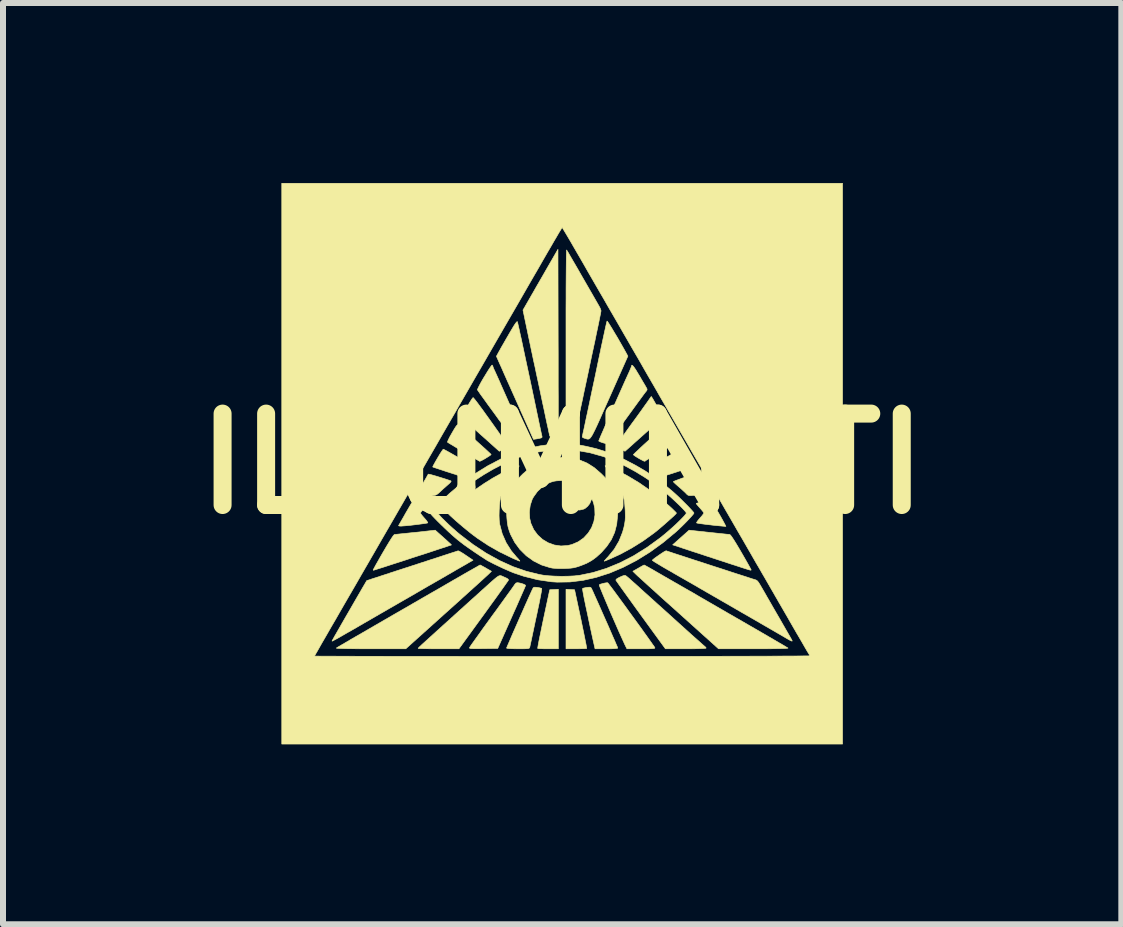
<source format=kicad_pcb>
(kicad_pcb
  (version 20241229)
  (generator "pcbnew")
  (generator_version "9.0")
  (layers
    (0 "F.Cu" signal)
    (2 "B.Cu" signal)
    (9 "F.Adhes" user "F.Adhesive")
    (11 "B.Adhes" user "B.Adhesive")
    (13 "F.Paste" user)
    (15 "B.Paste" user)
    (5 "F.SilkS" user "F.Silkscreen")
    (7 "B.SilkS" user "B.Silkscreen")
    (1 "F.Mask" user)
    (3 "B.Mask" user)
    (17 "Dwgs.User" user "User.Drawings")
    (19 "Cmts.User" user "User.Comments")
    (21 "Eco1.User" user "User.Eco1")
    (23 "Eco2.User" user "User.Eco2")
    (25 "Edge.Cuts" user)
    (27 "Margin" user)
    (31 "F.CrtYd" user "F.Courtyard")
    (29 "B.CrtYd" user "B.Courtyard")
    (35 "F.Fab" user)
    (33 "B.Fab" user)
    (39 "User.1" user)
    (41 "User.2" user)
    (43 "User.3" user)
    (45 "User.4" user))
  (footprint "ILLUMINATI"
    (layer "F.Cu")
    (at 6.321 4.679)
    (property "Reference" "ILLUMINATI" (at 0 0 0) (layer "F.SilkS") (effects (font (size 1.524 1.524) (thickness 0.3))))
    (attr through_hole)
    (fp_poly (pts (xy -0.064 3.086) (xy -0.233 3.086) (xy -0.296 3.086) (xy -0.349 3.084) (xy -0.388 3.083) (xy -0.407 3.08) (xy -0.408 3.08) (xy -0.407 3.067) (xy -0.401 3.031) (xy -0.391 2.976) (xy -0.377 2.905) (xy -0.359 2.819) (xy -0.339 2.722) (xy -0.317 2.616) (xy -0.311 2.588) (xy -0.207 2.102) (xy -0.064 2.094) (xy -0.064 3.086)) (stroke (width 0.01) (type solid)) (fill yes) (layer "F.SilkS"))
    (fp_poly (pts (xy 0.135 2.098) (xy 0.207 2.102) (xy 0.311 2.588) (xy 0.333 2.695) (xy 0.354 2.795) (xy 0.372 2.884) (xy 0.387 2.959) (xy 0.399 3.019) (xy 0.406 3.059) (xy 0.409 3.079) (xy 0.408 3.08) (xy 0.394 3.082) (xy 0.359 3.084) (xy 0.309 3.085) (xy 0.248 3.086) (xy 0.233 3.086) (xy 0.064 3.086) (xy 0.064 2.094) (xy 0.135 2.098)) (stroke (width 0.01) (type solid)) (fill yes) (layer "F.SilkS"))
    (fp_poly (pts (xy 1.986 -0.23) (xy 2.006 -0.204) (xy 2.032 -0.165) (xy 2.062 -0.119) (xy 2.092 -0.07) (xy 2.119 -0.024) (xy 2.141 0.016) (xy 2.155 0.044) (xy 2.157 0.056) (xy 2.144 0.06) (xy 2.111 0.072) (xy 2.061 0.088) (xy 1.999 0.108) (xy 1.936 0.129) (xy 1.719 0.199) (xy 1.609 0.121) (xy 1.564 0.089) (xy 1.528 0.062) (xy 1.505 0.044) (xy 1.499 0.038) (xy 1.509 0.03) (xy 1.538 0.012) (xy 1.581 -0.015) (xy 1.634 -0.046) (xy 1.694 -0.082) (xy 1.757 -0.118) (xy 1.818 -0.153) (xy 1.875 -0.185) (xy 1.922 -0.212) (xy 1.957 -0.23) (xy 1.975 -0.239) (xy 1.975 -0.239) (xy 1.986 -0.23)) (stroke (width 0.01) (type solid)) (fill yes) (layer "F.SilkS"))
    (fp_poly (pts (xy -1.968 -0.235) (xy -1.937 -0.219) (xy -1.892 -0.194) (xy -1.837 -0.163) (xy -1.776 -0.128) (xy -1.712 -0.092) (xy -1.651 -0.057) (xy -1.595 -0.024) (xy -1.548 0.003) (xy -1.515 0.023) (xy -1.5 0.033) (xy -1.499 0.033) (xy -1.504 0.044) (xy -1.518 0.056) (xy -1.54 0.072) (xy -1.576 0.097) (xy -1.619 0.127) (xy -1.632 0.136) (xy -1.721 0.199) (xy -1.937 0.129) (xy -2.006 0.106) (xy -2.067 0.086) (xy -2.115 0.07) (xy -2.147 0.059) (xy -2.157 0.055) (xy -2.154 0.043) (xy -2.139 0.015) (xy -2.117 -0.025) (xy -2.09 -0.072) (xy -2.061 -0.121) (xy -2.033 -0.168) (xy -2.008 -0.206) (xy -1.99 -0.232) (xy -1.981 -0.241) (xy -1.968 -0.235)) (stroke (width 0.01) (type solid)) (fill yes) (layer "F.SilkS"))
    (fp_poly (pts (xy -2.22 0.176) (xy -2.188 0.183) (xy -2.141 0.196) (xy -2.083 0.213) (xy -2.019 0.233) (xy -1.952 0.254) (xy -1.889 0.275) (xy -1.855 0.287) (xy -1.851 0.296) (xy -1.866 0.316) (xy -1.899 0.346) (xy -1.942 0.384) (xy -1.992 0.428) (xy -2.033 0.467) (xy -2.064 0.495) (xy -2.09 0.515) (xy -2.115 0.526) (xy -2.146 0.531) (xy -2.188 0.531) (xy -2.246 0.525) (xy -2.299 0.519) (xy -2.347 0.514) (xy -2.385 0.509) (xy -2.407 0.505) (xy -2.408 0.505) (xy -2.407 0.494) (xy -2.395 0.464) (xy -2.373 0.421) (xy -2.344 0.368) (xy -2.329 0.343) (xy -2.296 0.286) (xy -2.267 0.237) (xy -2.246 0.199) (xy -2.234 0.178) (xy -2.233 0.175) (xy -2.22 0.176)) (stroke (width 0.01) (type solid)) (fill yes) (layer "F.SilkS"))
    (fp_poly (pts (xy -1.473 -1.09) (xy -1.449 -1.061) (xy -1.415 -1.017) (xy -1.373 -0.96) (xy -1.324 -0.894) (xy -1.271 -0.82) (xy -1.215 -0.742) (xy -1.158 -0.662) (xy -1.102 -0.583) (xy -1.049 -0.508) (xy -1.001 -0.439) (xy -0.96 -0.379) (xy -0.928 -0.331) (xy -0.906 -0.297) (xy -0.897 -0.28) (xy -0.897 -0.279) (xy -0.914 -0.269) (xy -0.946 -0.252) (xy -0.978 -0.238) (xy -1.048 -0.207) (xy -1.289 -0.423) (xy -1.36 -0.486) (xy -1.429 -0.548) (xy -1.492 -0.605) (xy -1.547 -0.653) (xy -1.588 -0.691) (xy -1.606 -0.707) (xy -1.682 -0.777) (xy -1.653 -0.83) (xy -1.606 -0.912) (xy -1.564 -0.983) (xy -1.53 -1.039) (xy -1.504 -1.079) (xy -1.488 -1.099) (xy -1.484 -1.102) (xy -1.473 -1.09)) (stroke (width 0.01) (type solid)) (fill yes) (layer "F.SilkS"))
    (fp_poly (pts (xy 2.241 0.187) (xy 2.261 0.221) (xy 2.287 0.266) (xy 2.316 0.317) (xy 2.345 0.369) (xy 2.372 0.418) (xy 2.394 0.459) (xy 2.409 0.486) (xy 2.413 0.495) (xy 2.403 0.502) (xy 2.374 0.509) (xy 2.323 0.516) (xy 2.249 0.523) (xy 2.197 0.528) (xy 2.148 0.532) (xy 2.117 0.531) (xy 2.097 0.525) (xy 2.081 0.513) (xy 2.07 0.501) (xy 2.046 0.477) (xy 2.009 0.443) (xy 1.966 0.404) (xy 1.948 0.389) (xy 1.908 0.354) (xy 1.876 0.325) (xy 1.857 0.306) (xy 1.853 0.301) (xy 1.863 0.295) (xy 1.892 0.282) (xy 1.936 0.266) (xy 1.989 0.246) (xy 2.046 0.226) (xy 2.103 0.206) (xy 2.155 0.189) (xy 2.196 0.176) (xy 2.223 0.169) (xy 2.23 0.169) (xy 2.241 0.187)) (stroke (width 0.01) (type solid)) (fill yes) (layer "F.SilkS"))
    (fp_poly (pts (xy 2.445 1.145) (xy 2.535 1.154) (xy 2.617 1.163) (xy 2.687 1.17) (xy 2.743 1.176) (xy 2.78 1.179) (xy 2.794 1.181) (xy 2.807 1.192) (xy 2.83 1.223) (xy 2.863 1.273) (xy 2.904 1.339) (xy 2.952 1.42) (xy 2.982 1.471) (xy 3.027 1.549) (xy 3.067 1.619) (xy 3.101 1.679) (xy 3.127 1.726) (xy 3.144 1.757) (xy 3.15 1.769) (xy 3.149 1.773) (xy 3.147 1.775) (xy 3.139 1.775) (xy 3.125 1.772) (xy 3.1 1.765) (xy 3.062 1.753) (xy 3.009 1.736) (xy 2.939 1.713) (xy 2.848 1.684) (xy 2.8 1.668) (xy 2.69 1.632) (xy 2.565 1.591) (xy 2.436 1.549) (xy 2.31 1.507) (xy 2.196 1.47) (xy 2.156 1.457) (xy 1.842 1.353) (xy 1.979 1.231) (xy 2.116 1.109) (xy 2.445 1.145)) (stroke (width 0.01) (type solid)) (fill yes) (layer "F.SilkS"))
    (fp_poly (pts (xy -0.721 1.987) (xy -0.68 1.996) (xy -0.643 2.009) (xy -0.617 2.022) (xy -0.61 2.031) (xy -0.615 2.044) (xy -0.629 2.078) (xy -0.652 2.13) (xy -0.682 2.198) (xy -0.718 2.28) (xy -0.759 2.374) (xy -0.805 2.476) (xy -0.842 2.559) (xy -1.074 3.08) (xy -1.313 3.083) (xy -1.397 3.084) (xy -1.459 3.084) (xy -1.501 3.083) (xy -1.528 3.081) (xy -1.541 3.077) (xy -1.546 3.072) (xy -1.545 3.067) (xy -1.536 3.053) (xy -1.514 3.02) (xy -1.479 2.971) (xy -1.434 2.908) (xy -1.38 2.833) (xy -1.319 2.747) (xy -1.251 2.653) (xy -1.179 2.554) (xy -1.171 2.542) (xy -1.097 2.442) (xy -1.028 2.346) (xy -0.965 2.259) (xy -0.909 2.181) (xy -0.861 2.115) (xy -0.824 2.063) (xy -0.799 2.027) (xy -0.787 2.009) (xy -0.786 2.009) (xy -0.77 1.99) (xy -0.748 1.984) (xy -0.721 1.987)) (stroke (width 0.01) (type solid)) (fill yes) (layer "F.SilkS"))
    (fp_poly (pts (xy 1.835 -0.513) (xy 1.867 -0.457) (xy 1.891 -0.41) (xy 1.906 -0.375) (xy 1.91 -0.357) (xy 1.91 -0.356) (xy 1.896 -0.346) (xy 1.863 -0.327) (xy 1.815 -0.298) (xy 1.755 -0.263) (xy 1.686 -0.223) (xy 1.651 -0.203) (xy 1.579 -0.161) (xy 1.514 -0.124) (xy 1.459 -0.092) (xy 1.419 -0.067) (xy 1.395 -0.053) (xy 1.391 -0.05) (xy 1.383 -0.042) (xy 1.373 -0.04) (xy 1.358 -0.045) (xy 1.331 -0.059) (xy 1.288 -0.082) (xy 1.276 -0.089) (xy 1.235 -0.114) (xy 1.204 -0.134) (xy 1.188 -0.148) (xy 1.187 -0.15) (xy 1.196 -0.16) (xy 1.221 -0.185) (xy 1.26 -0.221) (xy 1.308 -0.267) (xy 1.364 -0.319) (xy 1.425 -0.374) (xy 1.487 -0.43) (xy 1.547 -0.485) (xy 1.604 -0.536) (xy 1.653 -0.58) (xy 1.693 -0.614) (xy 1.72 -0.636) (xy 1.72 -0.637) (xy 1.75 -0.66) (xy 1.835 -0.513)) (stroke (width 0.01) (type solid)) (fill yes) (layer "F.SilkS"))
    (fp_poly (pts (xy 0.473 2.062) (xy 0.486 2.074) (xy 0.494 2.091) (xy 0.514 2.134) (xy 0.54 2.193) (xy 0.572 2.264) (xy 0.609 2.346) (xy 0.648 2.435) (xy 0.689 2.528) (xy 0.731 2.622) (xy 0.772 2.714) (xy 0.81 2.802) (xy 0.845 2.883) (xy 0.876 2.953) (xy 0.9 3.01) (xy 0.918 3.05) (xy 0.926 3.072) (xy 0.927 3.074) (xy 0.915 3.079) (xy 0.882 3.082) (xy 0.831 3.085) (xy 0.767 3.086) (xy 0.738 3.086) (xy 0.548 3.086) (xy 0.523 2.975) (xy 0.51 2.917) (xy 0.494 2.844) (xy 0.477 2.766) (xy 0.463 2.701) (xy 0.448 2.63) (xy 0.43 2.543) (xy 0.41 2.45) (xy 0.39 2.358) (xy 0.381 2.313) (xy 0.366 2.241) (xy 0.354 2.178) (xy 0.345 2.127) (xy 0.34 2.093) (xy 0.341 2.08) (xy 0.357 2.074) (xy 0.39 2.067) (xy 0.413 2.063) (xy 0.452 2.059) (xy 0.473 2.062)) (stroke (width 0.01) (type solid)) (fill yes) (layer "F.SilkS"))
    (fp_poly (pts (xy -1.979 1.231) (xy -1.931 1.274) (xy -1.891 1.311) (xy -1.861 1.338) (xy -1.847 1.353) (xy -1.845 1.354) (xy -1.858 1.359) (xy -1.892 1.37) (xy -1.944 1.388) (xy -2.013 1.41) (xy -2.095 1.437) (xy -2.188 1.468) (xy -2.288 1.501) (xy -2.394 1.535) (xy -2.503 1.57) (xy -2.611 1.606) (xy -2.716 1.64) (xy -2.816 1.672) (xy -2.908 1.702) (xy -2.988 1.728) (xy -3.055 1.749) (xy -3.105 1.765) (xy -3.137 1.775) (xy -3.146 1.778) (xy -3.15 1.769) (xy -3.143 1.757) (xy -3.126 1.725) (xy -3.1 1.677) (xy -3.065 1.616) (xy -3.025 1.545) (xy -2.982 1.471) (xy -2.928 1.379) (xy -2.882 1.303) (xy -2.845 1.244) (xy -2.817 1.203) (xy -2.799 1.183) (xy -2.795 1.181) (xy -2.777 1.179) (xy -2.738 1.175) (xy -2.681 1.169) (xy -2.609 1.162) (xy -2.526 1.153) (xy -2.445 1.145) (xy -2.116 1.109) (xy -1.979 1.231)) (stroke (width 0.01) (type solid)) (fill yes) (layer "F.SilkS"))
    (fp_poly (pts (xy -1.734 -0.648) (xy -1.729 -0.645) (xy -1.708 -0.626) (xy -1.672 -0.595) (xy -1.625 -0.554) (xy -1.57 -0.505) (xy -1.509 -0.451) (xy -1.447 -0.394) (xy -1.385 -0.338) (xy -1.326 -0.285) (xy -1.274 -0.238) (xy -1.231 -0.198) (xy -1.201 -0.17) (xy -1.185 -0.154) (xy -1.184 -0.153) (xy -1.193 -0.144) (xy -1.218 -0.126) (xy -1.253 -0.104) (xy -1.292 -0.08) (xy -1.33 -0.059) (xy -1.359 -0.045) (xy -1.374 -0.039) (xy -1.374 -0.039) (xy -1.386 -0.046) (xy -1.416 -0.063) (xy -1.462 -0.09) (xy -1.521 -0.125) (xy -1.59 -0.165) (xy -1.641 -0.195) (xy -1.715 -0.238) (xy -1.781 -0.278) (xy -1.837 -0.312) (xy -1.88 -0.337) (xy -1.906 -0.354) (xy -1.912 -0.358) (xy -1.909 -0.372) (xy -1.895 -0.403) (xy -1.873 -0.447) (xy -1.843 -0.5) (xy -1.835 -0.514) (xy -1.8 -0.574) (xy -1.775 -0.614) (xy -1.757 -0.638) (xy -1.744 -0.648) (xy -1.734 -0.648)) (stroke (width 0.01) (type solid)) (fill yes) (layer "F.SilkS"))
    (fp_poly (pts (xy 1.488 -1.118) (xy 1.497 -1.103) (xy 1.516 -1.072) (xy 1.541 -1.028) (xy 1.57 -0.978) (xy 1.599 -0.925) (xy 1.628 -0.874) (xy 1.652 -0.83) (xy 1.669 -0.798) (xy 1.676 -0.782) (xy 1.676 -0.782) (xy 1.668 -0.77) (xy 1.642 -0.744) (xy 1.599 -0.703) (xy 1.538 -0.646) (xy 1.458 -0.573) (xy 1.391 -0.513) (xy 1.33 -0.459) (xy 1.264 -0.4) (xy 1.2 -0.343) (xy 1.156 -0.303) (xy 1.048 -0.207) (xy 0.968 -0.242) (xy 0.929 -0.261) (xy 0.9 -0.276) (xy 0.889 -0.285) (xy 0.889 -0.285) (xy 0.896 -0.296) (xy 0.917 -0.326) (xy 0.949 -0.372) (xy 0.991 -0.431) (xy 1.042 -0.502) (xy 1.1 -0.583) (xy 1.163 -0.671) (xy 1.181 -0.695) (xy 1.246 -0.784) (xy 1.306 -0.867) (xy 1.359 -0.942) (xy 1.405 -1.006) (xy 1.441 -1.057) (xy 1.465 -1.092) (xy 1.477 -1.11) (xy 1.478 -1.111) (xy 1.486 -1.119) (xy 1.488 -1.118)) (stroke (width 0.01) (type solid)) (fill yes) (layer "F.SilkS"))
    (fp_poly (pts (xy -2.44 0.63) (xy -2.395 0.634) (xy -2.346 0.64) (xy -2.299 0.647) (xy -2.261 0.654) (xy -2.239 0.66) (xy -2.235 0.663) (xy -2.243 0.677) (xy -2.265 0.704) (xy -2.295 0.738) (xy -2.299 0.742) (xy -2.33 0.776) (xy -2.352 0.805) (xy -2.362 0.822) (xy -2.362 0.823) (xy -2.354 0.838) (xy -2.333 0.866) (xy -2.303 0.901) (xy -2.297 0.907) (xy -2.267 0.942) (xy -2.247 0.97) (xy -2.24 0.986) (xy -2.24 0.987) (xy -2.255 0.991) (xy -2.29 0.997) (xy -2.341 1.004) (xy -2.401 1.012) (xy -2.467 1.02) (xy -2.533 1.028) (xy -2.595 1.034) (xy -2.647 1.038) (xy -2.685 1.041) (xy -2.69 1.041) (xy -2.717 1.039) (xy -2.727 1.033) (xy -2.727 1.032) (xy -2.719 1.018) (xy -2.7 0.986) (xy -2.674 0.94) (xy -2.641 0.883) (xy -2.611 0.829) (xy -2.574 0.766) (xy -2.542 0.711) (xy -2.516 0.667) (xy -2.498 0.639) (xy -2.491 0.63) (xy -2.474 0.628) (xy -2.44 0.63)) (stroke (width 0.01) (type solid)) (fill yes) (layer "F.SilkS"))
    (fp_poly (pts (xy 0.76 1.986) (xy 0.77 1.998) (xy 0.793 2.028) (xy 0.828 2.074) (xy 0.872 2.133) (xy 0.924 2.204) (xy 0.982 2.283) (xy 1.045 2.369) (xy 1.11 2.459) (xy 1.177 2.551) (xy 1.243 2.642) (xy 1.307 2.73) (xy 1.366 2.813) (xy 1.42 2.888) (xy 1.466 2.953) (xy 1.503 3.006) (xy 1.53 3.043) (xy 1.543 3.064) (xy 1.545 3.067) (xy 1.545 3.074) (xy 1.536 3.079) (xy 1.517 3.082) (xy 1.483 3.084) (xy 1.432 3.086) (xy 1.359 3.086) (xy 1.316 3.086) (xy 1.08 3.086) (xy 1.062 3.051) (xy 1.042 3.01) (xy 1.016 2.953) (xy 0.984 2.882) (xy 0.947 2.801) (xy 0.908 2.712) (xy 0.867 2.618) (xy 0.825 2.522) (xy 0.784 2.427) (xy 0.745 2.335) (xy 0.709 2.25) (xy 0.677 2.174) (xy 0.651 2.11) (xy 0.631 2.061) (xy 0.62 2.03) (xy 0.618 2.02) (xy 0.638 2.009) (xy 0.673 1.999) (xy 0.711 1.99) (xy 0.743 1.985) (xy 0.76 1.986)) (stroke (width 0.01) (type solid)) (fill yes) (layer "F.SilkS"))
    (fp_poly (pts (xy 2.492 0.63) (xy 2.501 0.642) (xy 2.519 0.672) (xy 2.545 0.715) (xy 2.575 0.768) (xy 2.609 0.825) (xy 2.642 0.883) (xy 2.673 0.938) (xy 2.699 0.986) (xy 2.718 1.022) (xy 2.728 1.043) (xy 2.729 1.046) (xy 2.715 1.045) (xy 2.681 1.042) (xy 2.629 1.037) (xy 2.563 1.031) (xy 2.489 1.023) (xy 2.487 1.022) (xy 2.412 1.014) (xy 2.345 1.005) (xy 2.292 0.998) (xy 2.256 0.992) (xy 2.241 0.988) (xy 2.241 0.987) (xy 2.244 0.975) (xy 2.262 0.949) (xy 2.29 0.915) (xy 2.297 0.907) (xy 2.328 0.872) (xy 2.351 0.842) (xy 2.362 0.824) (xy 2.362 0.823) (xy 2.354 0.807) (xy 2.332 0.78) (xy 2.302 0.745) (xy 2.299 0.742) (xy 2.268 0.707) (xy 2.245 0.68) (xy 2.235 0.664) (xy 2.235 0.663) (xy 2.247 0.658) (xy 2.277 0.651) (xy 2.32 0.644) (xy 2.369 0.637) (xy 2.417 0.632) (xy 2.457 0.629) (xy 2.485 0.629) (xy 2.492 0.63)) (stroke (width 0.01) (type solid)) (fill yes) (layer "F.SilkS"))
    (fp_poly (pts (xy 1.053 1.864) (xy 1.068 1.873) (xy 1.073 1.877) (xy 1.083 1.885) (xy 1.099 1.898) (xy 1.123 1.919) (xy 1.155 1.948) (xy 1.198 1.986) (xy 1.251 2.033) (xy 1.315 2.092) (xy 1.393 2.162) (xy 1.484 2.244) (xy 1.59 2.34) (xy 1.713 2.45) (xy 1.852 2.576) (xy 1.986 2.697) (xy 2.068 2.771) (xy 2.145 2.841) (xy 2.215 2.903) (xy 2.275 2.956) (xy 2.323 2.999) (xy 2.357 3.029) (xy 2.375 3.044) (xy 2.376 3.045) (xy 2.395 3.063) (xy 2.4 3.074) (xy 2.388 3.078) (xy 2.352 3.081) (xy 2.296 3.083) (xy 2.22 3.085) (xy 2.128 3.086) (xy 2.061 3.086) (xy 1.721 3.086) (xy 1.311 2.522) (xy 1.234 2.416) (xy 1.162 2.316) (xy 1.095 2.223) (xy 1.036 2.141) (xy 0.985 2.07) (xy 0.944 2.012) (xy 0.915 1.971) (xy 0.898 1.946) (xy 0.895 1.941) (xy 0.903 1.925) (xy 0.935 1.905) (xy 0.967 1.889) (xy 1.009 1.871) (xy 1.035 1.863) (xy 1.053 1.864)) (stroke (width 0.01) (type solid)) (fill yes) (layer "F.SilkS"))
    (fp_poly (pts (xy -0.746 -2.365) (xy -0.742 -2.349) (xy -0.733 -2.309) (xy -0.719 -2.249) (xy -0.702 -2.169) (xy -0.68 -2.072) (xy -0.656 -1.958) (xy -0.629 -1.831) (xy -0.599 -1.691) (xy -0.567 -1.542) (xy -0.533 -1.383) (xy -0.498 -1.218) (xy -0.462 -1.047) (xy -0.426 -0.874) (xy -0.393 -0.718) (xy -0.377 -0.641) (xy -0.362 -0.573) (xy -0.35 -0.516) (xy -0.341 -0.476) (xy -0.336 -0.456) (xy -0.336 -0.455) (xy -0.335 -0.441) (xy -0.345 -0.431) (xy -0.372 -0.423) (xy -0.419 -0.414) (xy -0.426 -0.413) (xy -0.478 -0.405) (xy -0.724 -0.955) (xy -0.776 -1.072) (xy -0.827 -1.186) (xy -0.876 -1.296) (xy -0.921 -1.396) (xy -0.961 -1.486) (xy -0.994 -1.561) (xy -1.019 -1.618) (xy -1.033 -1.648) (xy -1.096 -1.79) (xy -1.059 -1.858) (xy -1.041 -1.89) (xy -1.014 -1.939) (xy -0.978 -2.001) (xy -0.938 -2.071) (xy -0.895 -2.145) (xy -0.889 -2.156) (xy -0.842 -2.236) (xy -0.806 -2.296) (xy -0.779 -2.337) (xy -0.761 -2.36) (xy -0.75 -2.368) (xy -0.746 -2.365)) (stroke (width 0.01) (type solid)) (fill yes) (layer "F.SilkS"))
    (fp_poly (pts (xy -0.413 2.063) (xy -0.375 2.07) (xy -0.348 2.077) (xy -0.341 2.08) (xy -0.341 2.095) (xy -0.346 2.13) (xy -0.356 2.184) (xy -0.369 2.252) (xy -0.385 2.332) (xy -0.401 2.407) (xy -0.421 2.504) (xy -0.443 2.603) (xy -0.463 2.699) (xy -0.481 2.784) (xy -0.496 2.854) (xy -0.502 2.883) (xy -0.515 2.945) (xy -0.527 2.999) (xy -0.536 3.041) (xy -0.541 3.063) (xy -0.541 3.064) (xy -0.546 3.073) (xy -0.557 3.079) (xy -0.579 3.083) (xy -0.614 3.085) (xy -0.668 3.086) (xy -0.737 3.086) (xy -0.81 3.085) (xy -0.867 3.083) (xy -0.907 3.08) (xy -0.926 3.075) (xy -0.927 3.074) (xy -0.922 3.061) (xy -0.908 3.028) (xy -0.886 2.977) (xy -0.858 2.912) (xy -0.825 2.835) (xy -0.787 2.749) (xy -0.747 2.658) (xy -0.706 2.564) (xy -0.664 2.47) (xy -0.624 2.379) (xy -0.586 2.294) (xy -0.552 2.218) (xy -0.523 2.154) (xy -0.5 2.104) (xy -0.494 2.091) (xy -0.483 2.07) (xy -0.468 2.06) (xy -0.443 2.06) (xy -0.413 2.063)) (stroke (width 0.01) (type solid)) (fill yes) (layer "F.SilkS"))
    (fp_poly (pts (xy -0.067 -2.02) (xy -0.066 -1.823) (xy -0.066 -1.634) (xy -0.066 -1.453) (xy -0.066 -1.283) (xy -0.065 -1.124) (xy -0.065 -0.978) (xy -0.065 -0.848) (xy -0.065 -0.734) (xy -0.066 -0.637) (xy -0.066 -0.561) (xy -0.066 -0.505) (xy -0.067 -0.472) (xy -0.067 -0.462) (xy -0.08 -0.459) (xy -0.111 -0.454) (xy -0.135 -0.45) (xy -0.174 -0.446) (xy -0.196 -0.449) (xy -0.205 -0.459) (xy -0.208 -0.465) (xy -0.212 -0.482) (xy -0.221 -0.522) (xy -0.233 -0.581) (xy -0.25 -0.656) (xy -0.269 -0.745) (xy -0.29 -0.845) (xy -0.313 -0.954) (xy -0.324 -1.003) (xy -0.35 -1.127) (xy -0.377 -1.255) (xy -0.404 -1.382) (xy -0.43 -1.502) (xy -0.453 -1.613) (xy -0.474 -1.707) (xy -0.49 -1.782) (xy -0.49 -1.784) (xy -0.512 -1.886) (xy -0.536 -2.001) (xy -0.561 -2.119) (xy -0.584 -2.23) (xy -0.6 -2.306) (xy -0.653 -2.56) (xy -0.551 -2.737) (xy -0.517 -2.797) (xy -0.473 -2.873) (xy -0.423 -2.961) (xy -0.368 -3.056) (xy -0.312 -3.153) (xy -0.26 -3.244) (xy -0.07 -3.573) (xy -0.067 -2.02)) (stroke (width 0.01) (type solid)) (fill yes) (layer "F.SilkS"))
    (fp_poly (pts (xy 0.756 -2.369) (xy 0.775 -2.342) (xy 0.802 -2.299) (xy 0.836 -2.244) (xy 0.875 -2.178) (xy 0.918 -2.107) (xy 0.961 -2.032) (xy 1.004 -1.957) (xy 1.044 -1.886) (xy 1.059 -1.859) (xy 1.095 -1.792) (xy 0.787 -1.099) (xy 0.722 -0.954) (xy 0.667 -0.83) (xy 0.621 -0.726) (xy 0.582 -0.64) (xy 0.549 -0.57) (xy 0.522 -0.516) (xy 0.5 -0.474) (xy 0.481 -0.445) (xy 0.465 -0.425) (xy 0.451 -0.414) (xy 0.437 -0.409) (xy 0.422 -0.409) (xy 0.406 -0.413) (xy 0.388 -0.419) (xy 0.377 -0.422) (xy 0.345 -0.434) (xy 0.335 -0.448) (xy 0.336 -0.455) (xy 0.34 -0.473) (xy 0.348 -0.512) (xy 0.362 -0.573) (xy 0.379 -0.653) (xy 0.399 -0.749) (xy 0.423 -0.859) (xy 0.449 -0.982) (xy 0.477 -1.116) (xy 0.507 -1.258) (xy 0.539 -1.406) (xy 0.571 -1.558) (xy 0.603 -1.713) (xy 0.636 -1.868) (xy 0.65 -1.937) (xy 0.672 -2.038) (xy 0.692 -2.131) (xy 0.71 -2.214) (xy 0.725 -2.283) (xy 0.737 -2.335) (xy 0.745 -2.367) (xy 0.748 -2.377) (xy 0.756 -2.369)) (stroke (width 0.01) (type solid)) (fill yes) (layer "F.SilkS"))
    (fp_poly (pts (xy -1.354 1.695) (xy -1.325 1.711) (xy -1.284 1.733) (xy -1.27 1.742) (xy -1.179 1.794) (xy -1.228 1.842) (xy -1.245 1.858) (xy -1.28 1.89) (xy -1.33 1.936) (xy -1.394 1.994) (xy -1.471 2.064) (xy -1.558 2.142) (xy -1.654 2.229) (xy -1.757 2.322) (xy -1.866 2.42) (xy -1.942 2.488) (xy -2.607 3.086) (xy -3.192 3.086) (xy -3.331 3.086) (xy -3.454 3.085) (xy -3.558 3.084) (xy -3.642 3.082) (xy -3.706 3.08) (xy -3.747 3.078) (xy -3.765 3.075) (xy -3.765 3.074) (xy -3.752 3.066) (xy -3.719 3.046) (xy -3.668 3.016) (xy -3.601 2.977) (xy -3.52 2.929) (xy -3.426 2.875) (xy -3.322 2.815) (xy -3.21 2.75) (xy -3.105 2.689) (xy -2.965 2.608) (xy -2.813 2.52) (xy -2.653 2.428) (xy -2.492 2.335) (xy -2.333 2.243) (xy -2.182 2.156) (xy -2.042 2.076) (xy -1.92 2.005) (xy -1.915 2.002) (xy -1.808 1.94) (xy -1.708 1.883) (xy -1.617 1.83) (xy -1.536 1.784) (xy -1.469 1.746) (xy -1.417 1.717) (xy -1.383 1.697) (xy -1.368 1.689) (xy -1.367 1.689) (xy -1.354 1.695)) (stroke (width 0.01) (type solid)) (fill yes) (layer "F.SilkS"))
    (fp_poly (pts (xy -1.156 -1.628) (xy -1.156 -1.625) (xy -1.151 -1.608) (xy -1.138 -1.576) (xy -1.124 -1.547) (xy -1.106 -1.507) (xy -1.08 -1.45) (xy -1.048 -1.379) (xy -1.012 -1.296) (xy -0.971 -1.204) (xy -0.928 -1.107) (xy -0.883 -1.006) (xy -0.838 -0.904) (xy -0.794 -0.803) (xy -0.751 -0.708) (xy -0.713 -0.62) (xy -0.678 -0.541) (xy -0.65 -0.475) (xy -0.628 -0.425) (xy -0.614 -0.392) (xy -0.61 -0.38) (xy -0.62 -0.373) (xy -0.648 -0.361) (xy -0.683 -0.349) (xy -0.719 -0.338) (xy -0.746 -0.331) (xy -0.753 -0.33) (xy -0.762 -0.34) (xy -0.784 -0.368) (xy -0.818 -0.413) (xy -0.861 -0.471) (xy -0.913 -0.54) (xy -0.971 -0.62) (xy -1.034 -0.706) (xy -1.044 -0.718) (xy -1.109 -0.809) (xy -1.172 -0.895) (xy -1.23 -0.974) (xy -1.28 -1.044) (xy -1.322 -1.102) (xy -1.353 -1.144) (xy -1.37 -1.169) (xy -1.371 -1.17) (xy -1.414 -1.233) (xy -1.392 -1.28) (xy -1.371 -1.321) (xy -1.343 -1.372) (xy -1.311 -1.427) (xy -1.276 -1.484) (xy -1.243 -1.538) (xy -1.213 -1.585) (xy -1.188 -1.621) (xy -1.172 -1.641) (xy -1.167 -1.644) (xy -1.156 -1.628)) (stroke (width 0.01) (type solid)) (fill yes) (layer "F.SilkS"))
    (fp_poly (pts (xy -1.01 1.871) (xy -0.992 1.879) (xy -0.97 1.889) (xy -0.968 1.89) (xy -0.921 1.911) (xy -0.898 1.928) (xy -0.895 1.94) (xy -0.903 1.954) (xy -0.926 1.986) (xy -0.96 2.034) (xy -1.005 2.098) (xy -1.06 2.174) (xy -1.122 2.261) (xy -1.192 2.357) (xy -1.266 2.46) (xy -1.311 2.522) (xy -1.721 3.086) (xy -2.061 3.086) (xy -2.15 3.086) (xy -2.231 3.085) (xy -2.3 3.084) (xy -2.353 3.082) (xy -2.388 3.081) (xy -2.4 3.079) (xy -2.4 3.079) (xy -2.392 3.067) (xy -2.368 3.044) (xy -2.336 3.014) (xy -2.334 3.012) (xy -2.305 2.986) (xy -2.261 2.946) (xy -2.206 2.896) (xy -2.143 2.839) (xy -2.077 2.779) (xy -2.051 2.756) (xy -1.981 2.692) (xy -1.91 2.628) (xy -1.842 2.567) (xy -1.783 2.513) (xy -1.736 2.471) (xy -1.727 2.462) (xy -1.687 2.427) (xy -1.633 2.378) (xy -1.568 2.319) (xy -1.496 2.254) (xy -1.42 2.186) (xy -1.361 2.132) (xy -1.276 2.056) (xy -1.209 1.995) (xy -1.156 1.948) (xy -1.115 1.913) (xy -1.084 1.889) (xy -1.061 1.874) (xy -1.042 1.867) (xy -1.026 1.866) (xy -1.01 1.871)) (stroke (width 0.01) (type solid)) (fill yes) (layer "F.SilkS"))
    (fp_poly (pts (xy 0.083 -3.548) (xy 0.105 -3.512) (xy 0.138 -3.454) (xy 0.184 -3.375) (xy 0.242 -3.276) (xy 0.311 -3.155) (xy 0.392 -3.014) (xy 0.485 -2.853) (xy 0.589 -2.672) (xy 0.618 -2.621) (xy 0.636 -2.586) (xy 0.646 -2.556) (xy 0.648 -2.548) (xy 0.645 -2.531) (xy 0.638 -2.492) (xy 0.626 -2.434) (xy 0.611 -2.358) (xy 0.592 -2.267) (xy 0.57 -2.164) (xy 0.547 -2.051) (xy 0.521 -1.931) (xy 0.52 -1.926) (xy 0.49 -1.787) (xy 0.459 -1.639) (xy 0.427 -1.487) (xy 0.395 -1.337) (xy 0.364 -1.194) (xy 0.337 -1.063) (xy 0.312 -0.949) (xy 0.304 -0.908) (xy 0.282 -0.808) (xy 0.262 -0.714) (xy 0.245 -0.632) (xy 0.23 -0.562) (xy 0.218 -0.51) (xy 0.211 -0.477) (xy 0.208 -0.467) (xy 0.198 -0.453) (xy 0.176 -0.447) (xy 0.136 -0.449) (xy 0.098 -0.454) (xy 0.064 -0.459) (xy 0.064 -2.016) (xy 0.064 -2.213) (xy 0.064 -2.402) (xy 0.064 -2.582) (xy 0.065 -2.752) (xy 0.065 -2.91) (xy 0.066 -3.054) (xy 0.067 -3.183) (xy 0.068 -3.296) (xy 0.069 -3.391) (xy 0.07 -3.467) (xy 0.072 -3.522) (xy 0.073 -3.553) (xy 0.074 -3.562) (xy 0.083 -3.548)) (stroke (width 0.01) (type solid)) (fill yes) (layer "F.SilkS"))
    (fp_poly (pts (xy 1.172 -1.638) (xy 1.194 -1.613) (xy 1.226 -1.567) (xy 1.267 -1.499) (xy 1.277 -1.483) (xy 1.313 -1.421) (xy 1.347 -1.363) (xy 1.375 -1.316) (xy 1.394 -1.283) (xy 1.399 -1.274) (xy 1.414 -1.247) (xy 1.415 -1.229) (xy 1.401 -1.207) (xy 1.393 -1.198) (xy 1.379 -1.18) (xy 1.352 -1.144) (xy 1.314 -1.092) (xy 1.266 -1.027) (xy 1.211 -0.951) (xy 1.149 -0.866) (xy 1.083 -0.775) (xy 1.062 -0.746) (xy 0.996 -0.656) (xy 0.934 -0.572) (xy 0.879 -0.498) (xy 0.83 -0.434) (xy 0.791 -0.384) (xy 0.763 -0.35) (xy 0.748 -0.333) (xy 0.745 -0.332) (xy 0.725 -0.336) (xy 0.69 -0.345) (xy 0.67 -0.351) (xy 0.635 -0.364) (xy 0.613 -0.375) (xy 0.61 -0.38) (xy 0.615 -0.393) (xy 0.629 -0.427) (xy 0.651 -0.479) (xy 0.68 -0.545) (xy 0.714 -0.625) (xy 0.754 -0.714) (xy 0.796 -0.81) (xy 0.84 -0.911) (xy 0.886 -1.013) (xy 0.931 -1.115) (xy 0.975 -1.214) (xy 1.016 -1.306) (xy 1.053 -1.389) (xy 1.086 -1.461) (xy 1.093 -1.477) (xy 1.118 -1.531) (xy 1.138 -1.578) (xy 1.151 -1.611) (xy 1.156 -1.625) (xy 1.16 -1.642) (xy 1.172 -1.638)) (stroke (width 0.01) (type solid)) (fill yes) (layer "F.SilkS"))
    (fp_poly (pts (xy 0.756 0.043) (xy 0.805 0.064) (xy 0.87 0.092) (xy 1.074 0.194) (xy 1.281 0.318) (xy 1.487 0.461) (xy 1.688 0.621) (xy 1.799 0.718) (xy 1.841 0.757) (xy 1.875 0.791) (xy 1.898 0.814) (xy 1.905 0.824) (xy 1.896 0.836) (xy 1.871 0.862) (xy 1.833 0.897) (xy 1.785 0.94) (xy 1.732 0.987) (xy 1.676 1.036) (xy 1.621 1.083) (xy 1.571 1.125) (xy 1.527 1.159) (xy 1.527 1.159) (xy 1.348 1.288) (xy 1.159 1.406) (xy 0.967 1.51) (xy 0.815 1.58) (xy 0.767 1.6) (xy 0.729 1.616) (xy 0.706 1.624) (xy 0.702 1.626) (xy 0.706 1.617) (xy 0.725 1.595) (xy 0.754 1.563) (xy 0.764 1.553) (xy 0.868 1.426) (xy 0.948 1.29) (xy 1.007 1.142) (xy 1.03 1.059) (xy 1.042 0.999) (xy 1.05 0.946) (xy 1.053 0.891) (xy 1.052 0.825) (xy 1.051 0.784) (xy 1.044 0.684) (xy 1.033 0.6) (xy 1.013 0.523) (xy 0.984 0.444) (xy 0.943 0.354) (xy 0.94 0.348) (xy 0.897 0.267) (xy 0.852 0.199) (xy 0.797 0.134) (xy 0.785 0.12) (xy 0.747 0.079) (xy 0.724 0.051) (xy 0.716 0.036) (xy 0.727 0.034) (xy 0.756 0.043)) (stroke (width 0.01) (type solid)) (fill yes) (layer "F.SilkS"))
    (fp_poly (pts (xy -0.717 0.04) (xy -0.73 0.06) (xy -0.76 0.093) (xy -0.785 0.12) (xy -0.857 0.21) (xy -0.923 0.315) (xy -0.979 0.428) (xy -1.02 0.539) (xy -1.024 0.552) (xy -1.036 0.615) (xy -1.045 0.693) (xy -1.05 0.78) (xy -1.052 0.866) (xy -1.049 0.944) (xy -1.042 1.006) (xy -1.042 1.007) (xy -0.999 1.169) (xy -0.934 1.317) (xy -0.848 1.453) (xy -0.764 1.553) (xy -0.733 1.586) (xy -0.712 1.612) (xy -0.705 1.624) (xy -0.706 1.625) (xy -0.722 1.62) (xy -0.755 1.606) (xy -0.801 1.587) (xy -0.838 1.57) (xy -1.042 1.471) (xy -1.229 1.365) (xy -1.407 1.247) (xy -1.48 1.193) (xy -1.532 1.153) (xy -1.59 1.106) (xy -1.651 1.056) (xy -1.712 1.004) (xy -1.77 0.954) (xy -1.821 0.908) (xy -1.863 0.87) (xy -1.892 0.841) (xy -1.905 0.825) (xy -1.905 0.824) (xy -1.896 0.811) (xy -1.87 0.785) (xy -1.832 0.749) (xy -1.784 0.705) (xy -1.73 0.658) (xy -1.674 0.609) (xy -1.618 0.562) (xy -1.58 0.531) (xy -1.446 0.43) (xy -1.304 0.333) (xy -1.159 0.242) (xy -1.017 0.163) (xy -0.885 0.097) (xy -0.855 0.084) (xy -0.789 0.056) (xy -0.745 0.039) (xy -0.721 0.034) (xy -0.717 0.04)) (stroke (width 0.01) (type solid)) (fill yes) (layer "F.SilkS"))
    (fp_poly (pts (xy -1.719 1.458) (xy -1.688 1.475) (xy -1.645 1.501) (xy -1.604 1.529) (xy -1.486 1.609) (xy -1.769 1.772) (xy -1.834 1.81) (xy -1.919 1.859) (xy -2.019 1.917) (xy -2.131 1.981) (xy -2.253 2.051) (xy -2.38 2.125) (xy -2.509 2.2) (xy -2.638 2.274) (xy -2.692 2.305) (xy -2.876 2.411) (xy -3.039 2.505) (xy -3.182 2.588) (xy -3.307 2.66) (xy -3.415 2.723) (xy -3.507 2.776) (xy -3.585 2.82) (xy -3.649 2.857) (xy -3.701 2.887) (xy -3.743 2.911) (xy -3.775 2.928) (xy -3.799 2.941) (xy -3.815 2.95) (xy -3.826 2.955) (xy -3.832 2.958) (xy -3.835 2.958) (xy -3.836 2.957) (xy -3.835 2.955) (xy -3.835 2.955) (xy -3.829 2.942) (xy -3.813 2.913) (xy -3.79 2.871) (xy -3.77 2.837) (xy -3.687 2.692) (xy -3.609 2.556) (xy -3.537 2.432) (xy -3.473 2.321) (xy -3.417 2.224) (xy -3.371 2.145) (xy -3.336 2.084) (xy -3.313 2.045) (xy -3.257 1.949) (xy -2.94 1.846) (xy -2.847 1.815) (xy -2.736 1.779) (xy -2.613 1.739) (xy -2.484 1.697) (xy -2.355 1.655) (xy -2.232 1.615) (xy -2.184 1.599) (xy -2.084 1.567) (xy -1.99 1.536) (xy -1.907 1.509) (xy -1.837 1.486) (xy -1.783 1.469) (xy -1.748 1.457) (xy -1.734 1.453) (xy -1.719 1.458)) (stroke (width 0.01) (type solid)) (fill yes) (layer "F.SilkS"))
    (fp_poly (pts (xy 1.379 1.695) (xy 1.41 1.712) (xy 1.458 1.739) (xy 1.52 1.774) (xy 1.592 1.816) (xy 1.672 1.862) (xy 1.699 1.878) (xy 1.785 1.927) (xy 1.866 1.974) (xy 1.94 2.016) (xy 2.002 2.052) (xy 2.049 2.079) (xy 2.079 2.096) (xy 2.083 2.098) (xy 2.115 2.117) (xy 2.164 2.144) (xy 2.222 2.178) (xy 2.283 2.214) (xy 2.293 2.22) (xy 2.333 2.243) (xy 2.392 2.277) (xy 2.468 2.321) (xy 2.558 2.373) (xy 2.66 2.432) (xy 2.772 2.497) (xy 2.89 2.565) (xy 3.012 2.635) (xy 3.1 2.686) (xy 3.218 2.754) (xy 3.33 2.819) (xy 3.433 2.879) (xy 3.526 2.933) (xy 3.606 2.98) (xy 3.672 3.018) (xy 3.722 3.048) (xy 3.754 3.067) (xy 3.765 3.074) (xy 3.755 3.077) (xy 3.722 3.08) (xy 3.666 3.082) (xy 3.589 3.083) (xy 3.492 3.085) (xy 3.377 3.086) (xy 3.244 3.086) (xy 3.192 3.086) (xy 2.607 3.086) (xy 1.942 2.488) (xy 1.83 2.387) (xy 1.722 2.291) (xy 1.621 2.2) (xy 1.528 2.115) (xy 1.444 2.04) (xy 1.372 1.974) (xy 1.312 1.919) (xy 1.266 1.878) (xy 1.237 1.851) (xy 1.228 1.842) (xy 1.179 1.794) (xy 1.27 1.742) (xy 1.312 1.718) (xy 1.346 1.699) (xy 1.365 1.69) (xy 1.367 1.689) (xy 1.379 1.695)) (stroke (width 0.01) (type solid)) (fill yes) (layer "F.SilkS"))
    (fp_poly (pts (xy 1.75 1.458) (xy 1.787 1.47) (xy 1.844 1.489) (xy 1.917 1.513) (xy 2.004 1.541) (xy 2.102 1.573) (xy 2.208 1.608) (xy 2.321 1.644) (xy 2.436 1.682) (xy 2.553 1.72) (xy 2.668 1.757) (xy 2.778 1.793) (xy 2.881 1.827) (xy 2.975 1.857) (xy 3.057 1.883) (xy 3.123 1.905) (xy 3.173 1.921) (xy 3.202 1.93) (xy 3.209 1.932) (xy 3.228 1.938) (xy 3.244 1.946) (xy 3.259 1.96) (xy 3.276 1.982) (xy 3.298 2.018) (xy 3.329 2.071) (xy 3.343 2.095) (xy 3.372 2.145) (xy 3.41 2.212) (xy 3.457 2.293) (xy 3.509 2.384) (xy 3.565 2.481) (xy 3.622 2.579) (xy 3.677 2.675) (xy 3.728 2.764) (xy 3.773 2.842) (xy 3.774 2.843) (xy 3.8 2.889) (xy 3.821 2.926) (xy 3.833 2.95) (xy 3.835 2.955) (xy 3.831 2.958) (xy 3.816 2.953) (xy 3.786 2.938) (xy 3.74 2.912) (xy 3.715 2.897) (xy 3.676 2.874) (xy 3.619 2.841) (xy 3.548 2.8) (xy 3.469 2.754) (xy 3.384 2.705) (xy 3.315 2.665) (xy 3.236 2.619) (xy 3.139 2.563) (xy 3.029 2.5) (xy 2.911 2.432) (xy 2.789 2.361) (xy 2.667 2.291) (xy 2.55 2.223) (xy 2.534 2.214) (xy 2.419 2.148) (xy 2.3 2.079) (xy 2.181 2.01) (xy 2.066 1.944) (xy 1.959 1.883) (xy 1.865 1.829) (xy 1.788 1.784) (xy 1.775 1.777) (xy 1.7 1.734) (xy 1.633 1.694) (xy 1.577 1.66) (xy 1.534 1.634) (xy 1.509 1.616) (xy 1.502 1.61) (xy 1.514 1.598) (xy 1.541 1.576) (xy 1.579 1.549) (xy 1.622 1.519) (xy 1.664 1.491) (xy 1.7 1.468) (xy 1.725 1.455) (xy 1.734 1.452) (xy 1.75 1.458)) (stroke (width 0.01) (type solid)) (fill yes) (layer "F.SilkS"))
    (fp_poly (pts (xy 0.15 -0.093) (xy 0.288 -0.062) (xy 0.416 -0.009) (xy 0.537 0.068) (xy 0.653 0.169) (xy 0.655 0.171) (xy 0.709 0.226) (xy 0.749 0.272) (xy 0.781 0.317) (xy 0.81 0.367) (xy 0.83 0.406) (xy 0.875 0.507) (xy 0.904 0.602) (xy 0.92 0.699) (xy 0.925 0.807) (xy 0.924 0.864) (xy 0.909 1.011) (xy 0.875 1.144) (xy 0.82 1.266) (xy 0.743 1.38) (xy 0.654 1.48) (xy 0.572 1.555) (xy 0.493 1.613) (xy 0.409 1.66) (xy 0.31 1.7) (xy 0.295 1.705) (xy 0.24 1.723) (xy 0.192 1.735) (xy 0.142 1.742) (xy 0.081 1.746) (xy 0.032 1.748) (xy -0.072 1.748) (xy -0.156 1.742) (xy -0.199 1.734) (xy -0.343 1.689) (xy -0.477 1.622) (xy -0.598 1.535) (xy -0.704 1.43) (xy -0.792 1.31) (xy -0.861 1.177) (xy -0.885 1.111) (xy -0.903 1.049) (xy -0.914 0.985) (xy -0.921 0.911) (xy -0.924 0.864) (xy -0.924 0.802) (xy -0.547 0.802) (xy -0.541 0.911) (xy -0.521 0.996) (xy -0.474 1.1) (xy -0.408 1.189) (xy -0.327 1.263) (xy -0.233 1.319) (xy -0.13 1.356) (xy -0.021 1.372) (xy 0.09 1.365) (xy 0.162 1.348) (xy 0.267 1.303) (xy 0.358 1.239) (xy 0.433 1.158) (xy 0.491 1.066) (xy 0.529 0.963) (xy 0.547 0.854) (xy 0.543 0.741) (xy 0.526 0.666) (xy 0.51 0.618) (xy 0.497 0.594) (xy 0.487 0.595) (xy 0.479 0.62) (xy 0.478 0.621) (xy 0.46 0.665) (xy 0.425 0.71) (xy 0.382 0.746) (xy 0.36 0.757) (xy 0.294 0.773) (xy 0.226 0.768) (xy 0.162 0.745) (xy 0.108 0.707) (xy 0.072 0.657) (xy 0.056 0.603) (xy 0.052 0.542) (xy 0.059 0.485) (xy 0.069 0.458) (xy 0.098 0.418) (xy 0.138 0.381) (xy 0.18 0.354) (xy 0.198 0.348) (xy 0.223 0.337) (xy 0.227 0.326) (xy 0.211 0.314) (xy 0.18 0.302) (xy 0.137 0.293) (xy 0.085 0.285) (xy 0.027 0.281) (xy -0.03 0.282) (xy -0.094 0.286) (xy -0.143 0.294) (xy -0.187 0.308) (xy -0.232 0.327) (xy -0.328 0.385) (xy -0.412 0.463) (xy -0.478 0.555) (xy -0.499 0.593) (xy -0.532 0.693) (xy -0.547 0.802) (xy -0.924 0.802) (xy -0.924 0.748) (xy -0.913 0.646) (xy -0.89 0.552) (xy -0.853 0.455) (xy -0.83 0.406) (xy -0.8 0.349) (xy -0.771 0.301) (xy -0.737 0.257) (xy -0.693 0.209) (xy -0.655 0.171) (xy -0.539 0.07) (xy -0.418 -0.008) (xy -0.29 -0.061) (xy -0.153 -0.093) (xy -0.003 -0.104) (xy 0 -0.104) (xy 0.15 -0.093)) (stroke (width 0.01) (type solid)) (fill yes) (layer "F.SilkS"))
    (fp_poly (pts (xy 0.103 -0.321) (xy 0.176 -0.32) (xy 0.236 -0.316) (xy 0.29 -0.31) (xy 0.346 -0.3) (xy 0.406 -0.288) (xy 0.567 -0.25) (xy 0.719 -0.203) (xy 0.872 -0.144) (xy 1.033 -0.071) (xy 1.048 -0.064) (xy 1.224 0.028) (xy 1.387 0.123) (xy 1.543 0.228) (xy 1.7 0.346) (xy 1.835 0.458) (xy 1.879 0.497) (xy 1.929 0.543) (xy 1.983 0.595) (xy 2.036 0.648) (xy 2.087 0.699) (xy 2.132 0.746) (xy 2.167 0.784) (xy 2.19 0.811) (xy 2.197 0.823) (xy 2.188 0.839) (xy 2.164 0.868) (xy 2.128 0.908) (xy 2.083 0.956) (xy 2.033 1.007) (xy 1.98 1.059) (xy 1.927 1.109) (xy 1.893 1.14) (xy 1.68 1.317) (xy 1.462 1.475) (xy 1.241 1.612) (xy 1.017 1.728) (xy 0.793 1.823) (xy 0.569 1.895) (xy 0.348 1.945) (xy 0.129 1.972) (xy -0.084 1.975) (xy -0.178 1.969) (xy -0.409 1.935) (xy -0.639 1.877) (xy -0.806 1.821) (xy -0.858 1.8) (xy -0.922 1.772) (xy -0.994 1.74) (xy -1.067 1.705) (xy -1.136 1.672) (xy -1.196 1.641) (xy -1.242 1.617) (xy -1.257 1.608) (xy -1.374 1.532) (xy -1.472 1.466) (xy -1.555 1.409) (xy -1.627 1.358) (xy -1.69 1.31) (xy -1.74 1.271) (xy -1.786 1.232) (xy -1.84 1.185) (xy -1.899 1.131) (xy -1.959 1.074) (xy -2.018 1.017) (xy -2.074 0.962) (xy -2.122 0.913) (xy -2.161 0.872) (xy -2.187 0.843) (xy -2.197 0.827) (xy -2.197 0.826) (xy -2.195 0.823) (xy -2.07 0.823) (xy -2.061 0.841) (xy -2.035 0.872) (xy -1.996 0.914) (xy -1.945 0.964) (xy -1.887 1.02) (xy -1.823 1.078) (xy -1.757 1.136) (xy -1.702 1.182) (xy -1.485 1.348) (xy -1.265 1.493) (xy -1.042 1.616) (xy -0.819 1.717) (xy -0.597 1.794) (xy -0.378 1.848) (xy -0.31 1.86) (xy -0.223 1.869) (xy -0.121 1.875) (xy -0.01 1.878) (xy 0.101 1.876) (xy 0.204 1.871) (xy 0.29 1.861) (xy 0.292 1.861) (xy 0.514 1.815) (xy 0.739 1.745) (xy 0.965 1.652) (xy 1.19 1.536) (xy 1.412 1.398) (xy 1.63 1.24) (xy 1.692 1.19) (xy 1.759 1.134) (xy 1.826 1.075) (xy 1.89 1.017) (xy 1.948 0.961) (xy 1.998 0.911) (xy 2.037 0.87) (xy 2.062 0.839) (xy 2.07 0.823) (xy 2.061 0.807) (xy 2.036 0.777) (xy 1.997 0.736) (xy 1.948 0.687) (xy 1.891 0.633) (xy 1.83 0.576) (xy 1.767 0.52) (xy 1.706 0.468) (xy 1.67 0.438) (xy 1.532 0.333) (xy 1.381 0.23) (xy 1.221 0.132) (xy 1.06 0.044) (xy 0.902 -0.033) (xy 0.752 -0.095) (xy 0.686 -0.119) (xy 0.461 -0.182) (xy 0.242 -0.221) (xy 0.026 -0.236) (xy -0.19 -0.227) (xy -0.408 -0.193) (xy -0.631 -0.136) (xy -0.686 -0.119) (xy -0.829 -0.065) (xy -0.984 0.006) (xy -1.145 0.089) (xy -1.306 0.183) (xy -1.461 0.283) (xy -1.607 0.388) (xy -1.67 0.438) (xy -1.729 0.487) (xy -1.791 0.541) (xy -1.853 0.598) (xy -1.913 0.654) (xy -1.967 0.706) (xy -2.013 0.752) (xy -2.047 0.789) (xy -2.066 0.814) (xy -2.07 0.823) (xy -2.195 0.823) (xy -2.189 0.813) (xy -2.166 0.785) (xy -2.131 0.747) (xy -2.089 0.701) (xy -2.074 0.685) (xy -1.882 0.5) (xy -1.678 0.329) (xy -1.462 0.173) (xy -1.24 0.036) (xy -1.013 -0.083) (xy -0.785 -0.18) (xy -0.584 -0.246) (xy -0.472 -0.275) (xy -0.368 -0.297) (xy -0.264 -0.311) (xy -0.152 -0.319) (xy -0.025 -0.322) (xy 0.013 -0.322) (xy 0.103 -0.321)) (stroke (width 0.01) (type solid)) (fill yes) (layer "F.SilkS"))
    (fp_poly (pts (xy 4.674 4.674) (xy -4.674 4.674) (xy -4.674 3.207) (xy -4.128 3.207) (xy -4.115 3.208) (xy -4.078 3.208) (xy -4.017 3.209) (xy -3.934 3.209) (xy -3.83 3.209) (xy -3.704 3.21) (xy -3.559 3.21) (xy -3.395 3.211) (xy -3.213 3.211) (xy -3.015 3.211) (xy -2.8 3.212) (xy -2.57 3.212) (xy -2.327 3.212) (xy -2.07 3.212) (xy -1.801 3.212) (xy -1.52 3.213) (xy -1.229 3.213) (xy -0.929 3.213) (xy -0.621 3.213) (xy -0.305 3.213) (xy 0 3.213) (xy 0.322 3.213) (xy 0.638 3.213) (xy 0.946 3.213) (xy 1.245 3.213) (xy 1.535 3.212) (xy 1.815 3.212) (xy 2.084 3.212) (xy 2.34 3.211) (xy 2.583 3.211) (xy 2.812 3.21) (xy 3.026 3.21) (xy 3.224 3.209) (xy 3.404 3.209) (xy 3.567 3.208) (xy 3.711 3.207) (xy 3.836 3.207) (xy 3.939 3.206) (xy 4.021 3.205) (xy 4.081 3.205) (xy 4.116 3.204) (xy 4.127 3.203) (xy 4.121 3.186) (xy 4.11 3.168) (xy 4.1 3.152) (xy 4.079 3.117) (xy 4.048 3.064) (xy 4.009 2.996) (xy 3.962 2.915) (xy 3.909 2.825) (xy 3.852 2.726) (xy 3.807 2.648) (xy 3.762 2.569) (xy 3.721 2.498) (xy 3.684 2.434) (xy 3.65 2.375) (xy 3.617 2.319) (xy 3.587 2.266) (xy 3.556 2.213) (xy 3.526 2.16) (xy 3.494 2.105) (xy 3.46 2.046) (xy 3.423 1.982) (xy 3.383 1.912) (xy 3.338 1.835) (xy 3.288 1.748) (xy 3.231 1.651) (xy 3.168 1.541) (xy 3.097 1.418) (xy 3.018 1.28) (xy 2.928 1.126) (xy 2.829 0.954) (xy 2.719 0.764) (xy 2.597 0.552) (xy 2.473 0.339) (xy 2.362 0.145) (xy 2.261 -0.03) (xy 2.169 -0.188) (xy 2.087 -0.331) (xy 2.012 -0.46) (xy 1.944 -0.578) (xy 1.882 -0.685) (xy 1.825 -0.784) (xy 1.771 -0.877) (xy 1.721 -0.964) (xy 1.672 -1.048) (xy 1.624 -1.131) (xy 1.577 -1.214) (xy 1.528 -1.299) (xy 1.477 -1.387) (xy 1.423 -1.48) (xy 1.365 -1.581) (xy 1.303 -1.69) (xy 1.234 -1.809) (xy 1.158 -1.94) (xy 1.074 -2.086) (xy 1.028 -2.165) (xy 0.972 -2.263) (xy 0.908 -2.374) (xy 0.839 -2.493) (xy 0.771 -2.61) (xy 0.708 -2.72) (xy 0.68 -2.769) (xy 0.629 -2.856) (xy 0.569 -2.96) (xy 0.502 -3.076) (xy 0.432 -3.197) (xy 0.362 -3.32) (xy 0.294 -3.438) (xy 0.253 -3.508) (xy 0.198 -3.603) (xy 0.148 -3.69) (xy 0.102 -3.768) (xy 0.063 -3.834) (xy 0.032 -3.885) (xy 0.011 -3.92) (xy 0.001 -3.936) (xy 0 -3.936) (xy -0.007 -3.926) (xy -0.026 -3.895) (xy -0.055 -3.848) (xy -0.092 -3.784) (xy -0.137 -3.708) (xy -0.187 -3.621) (xy -0.243 -3.526) (xy -0.275 -3.47) (xy -0.33 -3.375) (xy -0.395 -3.261) (xy -0.47 -3.132) (xy -0.551 -2.992) (xy -0.636 -2.844) (xy -0.724 -2.691) (xy -0.813 -2.537) (xy -0.901 -2.385) (xy -0.985 -2.24) (xy -0.991 -2.229) (xy -1.112 -2.02) (xy -1.221 -1.831) (xy -1.32 -1.659) (xy -1.411 -1.502) (xy -1.495 -1.357) (xy -1.573 -1.221) (xy -1.647 -1.093) (xy -1.718 -0.97) (xy -1.787 -0.849) (xy -1.857 -0.729) (xy -1.928 -0.606) (xy -2.002 -0.478) (xy -2.08 -0.342) (xy -2.101 -0.305) (xy -2.163 -0.198) (xy -2.222 -0.096) (xy -2.277 -0.000326) (xy -2.327 0.086) (xy -2.37 0.16) (xy -2.404 0.22) (xy -2.428 0.262) (xy -2.439 0.279) (xy -2.459 0.314) (xy -2.491 0.369) (xy -2.535 0.445) (xy -2.59 0.54) (xy -2.655 0.653) (xy -2.731 0.784) (xy -2.816 0.932) (xy -2.911 1.096) (xy -3.014 1.274) (xy -3.125 1.467) (xy -3.244 1.673) (xy -3.283 1.74) (xy -3.357 1.868) (xy -3.439 2.011) (xy -3.526 2.161) (xy -3.615 2.314) (xy -3.701 2.463) (xy -3.781 2.603) (xy -3.85 2.721) (xy -3.908 2.822) (xy -3.962 2.916) (xy -4.011 3) (xy -4.052 3.073) (xy -4.086 3.133) (xy -4.111 3.176) (xy -4.125 3.201) (xy -4.128 3.207) (xy -4.674 3.207) (xy -4.674 -4.674) (xy 4.674 -4.674) (xy 4.674 4.674)) (stroke (width 0.01) (type solid)) (fill yes) (layer "F.SilkS")))
  (gr_rect
    (start -3 -3)
    (end 15.642 12.357)
    (stroke (width 0.1) (type default))
    (fill no)
    (layer "Edge.Cuts")))
</source>
